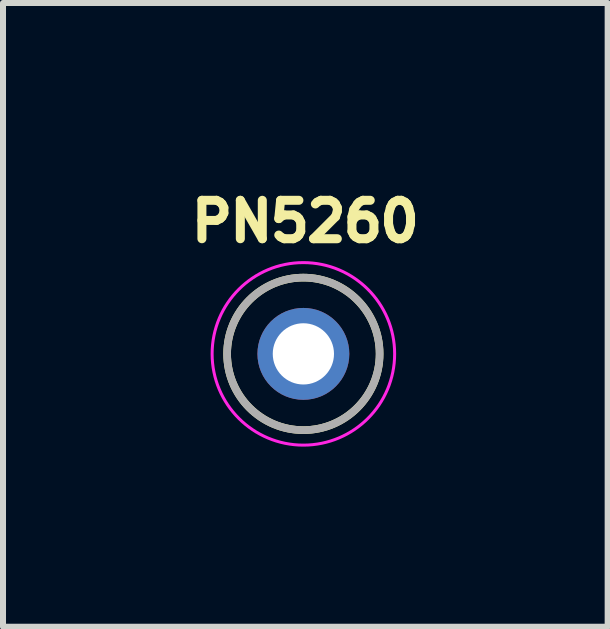
<source format=kicad_pcb>
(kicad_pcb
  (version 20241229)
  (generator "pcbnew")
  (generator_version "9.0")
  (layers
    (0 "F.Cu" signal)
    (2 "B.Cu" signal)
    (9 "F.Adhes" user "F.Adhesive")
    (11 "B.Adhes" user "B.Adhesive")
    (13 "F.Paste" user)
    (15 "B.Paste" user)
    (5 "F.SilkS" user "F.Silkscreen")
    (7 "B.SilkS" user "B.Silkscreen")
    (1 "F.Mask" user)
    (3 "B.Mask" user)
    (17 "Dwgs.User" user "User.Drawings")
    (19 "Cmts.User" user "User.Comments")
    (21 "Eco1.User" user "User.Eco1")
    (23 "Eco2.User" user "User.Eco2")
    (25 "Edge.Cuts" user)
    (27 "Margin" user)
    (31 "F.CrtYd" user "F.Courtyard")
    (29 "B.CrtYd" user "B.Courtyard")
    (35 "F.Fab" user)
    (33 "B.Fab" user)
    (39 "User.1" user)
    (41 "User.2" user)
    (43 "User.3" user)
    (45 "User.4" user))
  (footprint "PN5260"
    (layer "F.Cu")
    (at 2.003 2.844)
    (property "Reference" "PN5260" (at 0.032 -2.206 0) (layer "F.SilkS") (effects (font (size 0.64 0.64) (thickness 0.15))))
    (attr through_hole)
    (fp_circle (center 0 0) (end 1.27 0) (stroke (width 0.127) (type solid)) (fill no) (layer "F.SilkS"))
    (fp_circle (center 0 0) (end 1.52 0) (stroke (width 0.05) (type solid)) (fill no) (layer "F.CrtYd"))
    (fp_circle (center 0 0) (end 1.27 0) (stroke (width 0.127) (type solid)) (fill no) (layer "F.Fab"))
    (pad "1" thru_hole circle (at 0 0) (size 1.53 1.53) (drill 1.02) (layers "*.Cu" "*.Mask")))
  (gr_rect
    (start -3 -3)
    (end 7.071 7.389)
    (stroke (width 0.1) (type default))
    (fill no)
    (layer "Edge.Cuts")))
</source>
